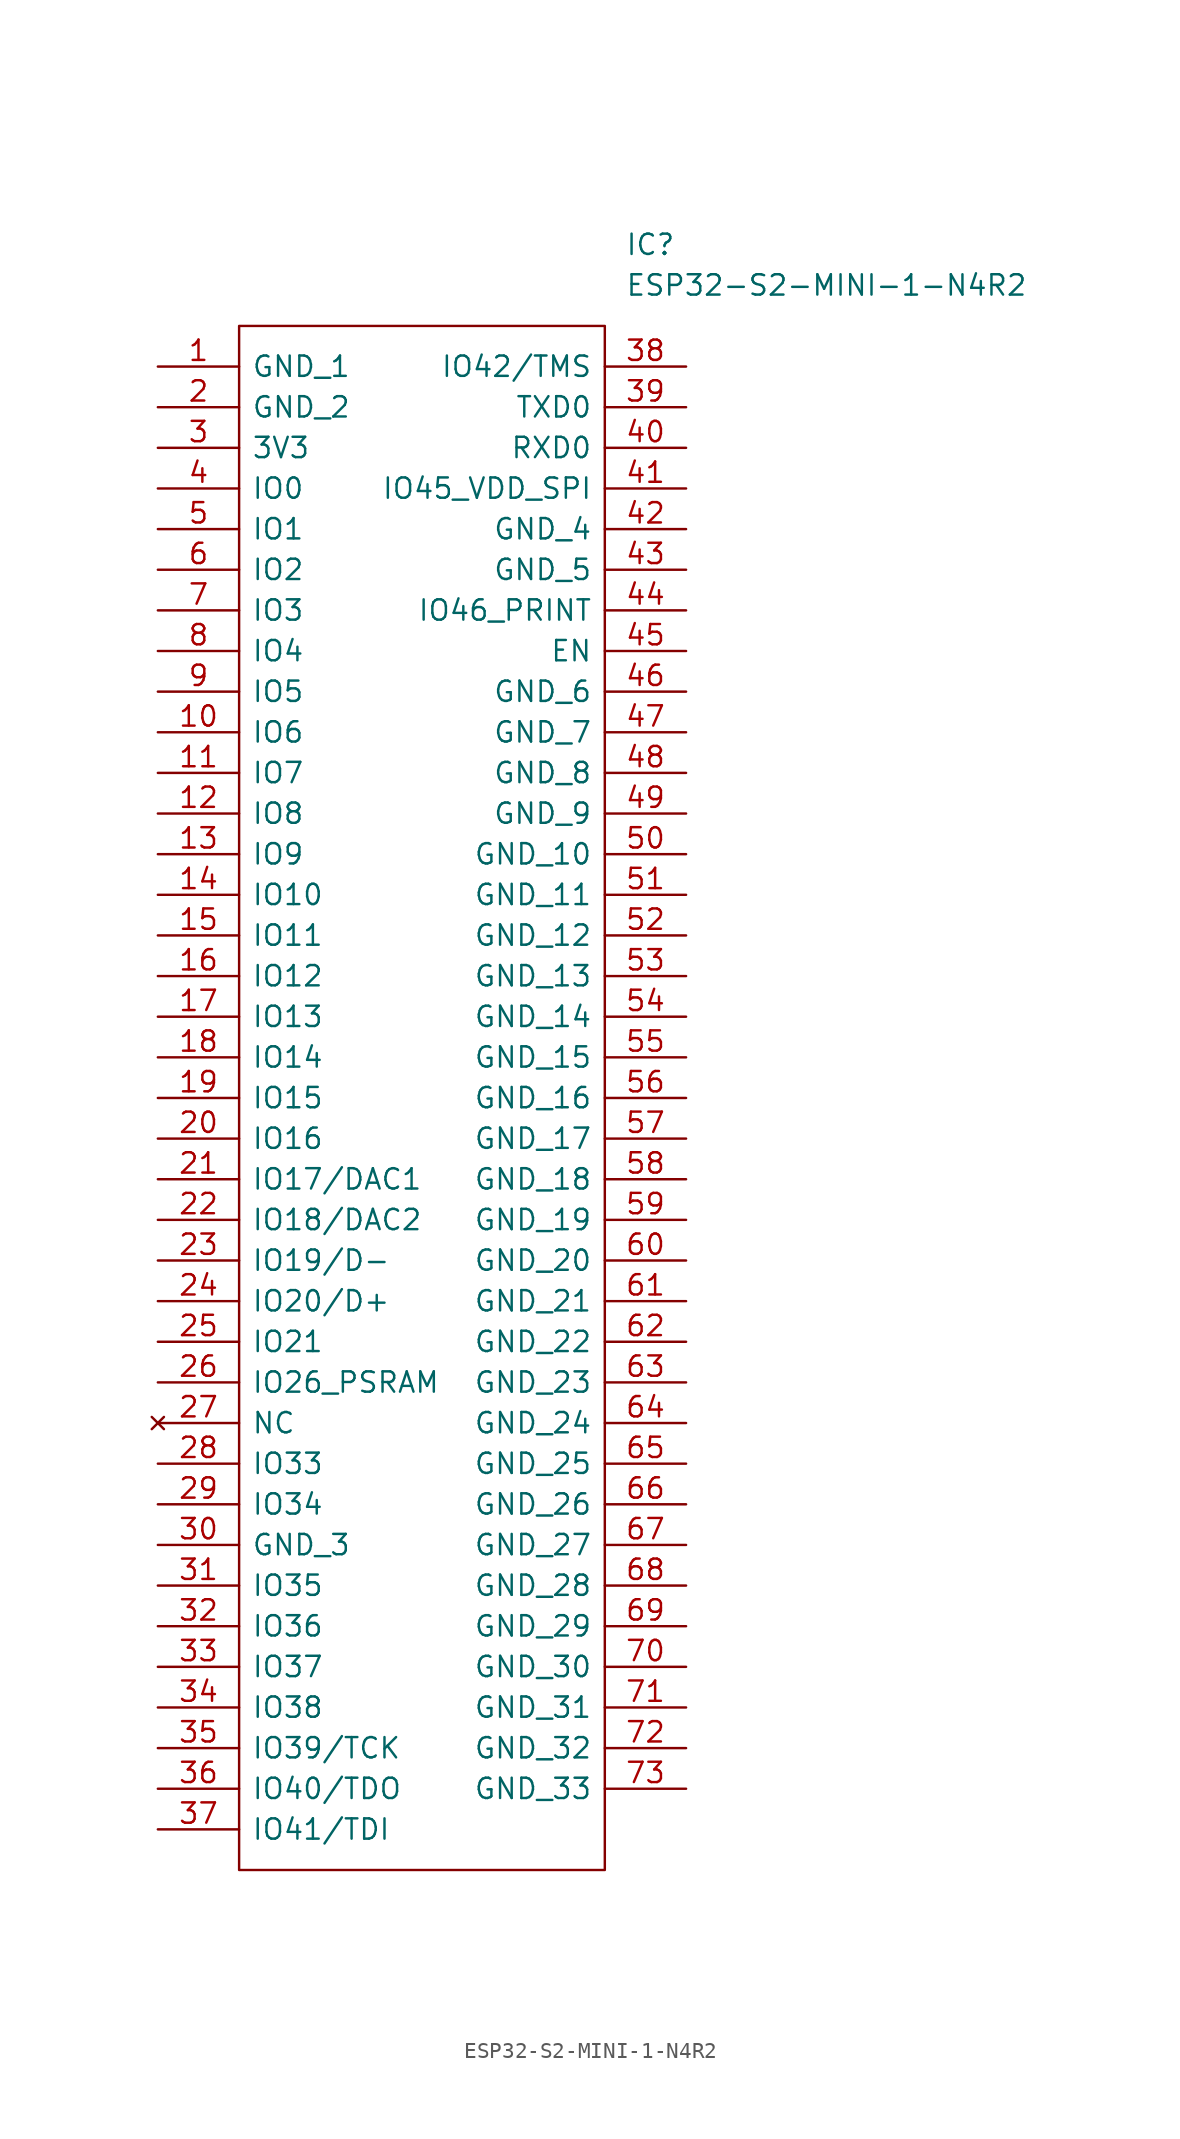
<source format=kicad_sym>
(kicad_symbol_lib
  (version 20220914)
  (generator kicad_symbol_editor)
  (symbol "ESP32-S2-MINI-1-N4R2"
    (pin_names
      (offset 0.762))
    (property "Reference" "IC"
      (at 29.21 7.62 0)
      (effects (font (size 1.27 1.27)) (justify left)))
    (property "Value" "ESP32-S2-MINI-1-N4R2"
      (at 29.21 5.08 0)
      (effects (font (size 1.27 1.27)) (justify left)))
    (symbol "ESP32-S2-MINI-1-N4R2_0_0"
      (pin passive line (at 0 0 0) (length 5.08) (name "GND_1" (effects (font (size 1.27 1.27)))) (number "1" (effects (font (size 1.27 1.27)))))
      (pin passive line (at 0 -22.86 0) (length 5.08) (name "IO6" (effects (font (size 1.27 1.27)))) (number "10" (effects (font (size 1.27 1.27)))))
      (pin passive line (at 0 -25.4 0) (length 5.08) (name "IO7" (effects (font (size 1.27 1.27)))) (number "11" (effects (font (size 1.27 1.27)))))
      (pin passive line (at 0 -27.94 0) (length 5.08) (name "IO8" (effects (font (size 1.27 1.27)))) (number "12" (effects (font (size 1.27 1.27)))))
      (pin passive line (at 0 -30.48 0) (length 5.08) (name "IO9" (effects (font (size 1.27 1.27)))) (number "13" (effects (font (size 1.27 1.27)))))
      (pin passive line (at 0 -33.02 0) (length 5.08) (name "IO10" (effects (font (size 1.27 1.27)))) (number "14" (effects (font (size 1.27 1.27)))))
      (pin passive line (at 0 -35.56 0) (length 5.08) (name "IO11" (effects (font (size 1.27 1.27)))) (number "15" (effects (font (size 1.27 1.27)))))
      (pin passive line (at 0 -38.1 0) (length 5.08) (name "IO12" (effects (font (size 1.27 1.27)))) (number "16" (effects (font (size 1.27 1.27)))))
      (pin passive line (at 0 -40.64 0) (length 5.08) (name "IO13" (effects (font (size 1.27 1.27)))) (number "17" (effects (font (size 1.27 1.27)))))
      (pin passive line (at 0 -43.18 0) (length 5.08) (name "IO14" (effects (font (size 1.27 1.27)))) (number "18" (effects (font (size 1.27 1.27)))))
      (pin passive line (at 0 -45.72 0) (length 5.08) (name "IO15" (effects (font (size 1.27 1.27)))) (number "19" (effects (font (size 1.27 1.27)))))
      (pin passive line (at 0 -2.54 0) (length 5.08) (name "GND_2" (effects (font (size 1.27 1.27)))) (number "2" (effects (font (size 1.27 1.27)))))
      (pin passive line (at 0 -48.26 0) (length 5.08) (name "IO16" (effects (font (size 1.27 1.27)))) (number "20" (effects (font (size 1.27 1.27)))))
      (pin passive line (at 0 -50.8 0) (length 5.08) (name "IO17/DAC1" (effects (font (size 1.27 1.27)))) (number "21" (effects (font (size 1.27 1.27)))))
      (pin passive line (at 0 -53.34 0) (length 5.08) (name "IO18/DAC2" (effects (font (size 1.27 1.27)))) (number "22" (effects (font (size 1.27 1.27)))))
      (pin passive line (at 0 -55.88 0) (length 5.08) (name "IO19/D-" (effects (font (size 1.27 1.27)))) (number "23" (effects (font (size 1.27 1.27)))))
      (pin passive line (at 0 -58.42 0) (length 5.08) (name "IO20/D+" (effects (font (size 1.27 1.27)))) (number "24" (effects (font (size 1.27 1.27)))))
      (pin passive line (at 0 -60.96 0) (length 5.08) (name "IO21" (effects (font (size 1.27 1.27)))) (number "25" (effects (font (size 1.27 1.27)))))
      (pin passive line (at 0 -63.5 0) (length 5.08) (name "IO26_PSRAM" (effects (font (size 1.27 1.27)))) (number "26" (effects (font (size 1.27 1.27)))))
      (pin no_connect line (at 0 -66.04 0) (length 5.08) (name "NC" (effects (font (size 1.27 1.27)))) (number "27" (effects (font (size 1.27 1.27)))))
      (pin passive line (at 0 -68.58 0) (length 5.08) (name "IO33" (effects (font (size 1.27 1.27)))) (number "28" (effects (font (size 1.27 1.27)))))
      (pin passive line (at 0 -71.12 0) (length 5.08) (name "IO34" (effects (font (size 1.27 1.27)))) (number "29" (effects (font (size 1.27 1.27)))))
      (pin passive line (at 0 -5.08 0) (length 5.08) (name "3V3" (effects (font (size 1.27 1.27)))) (number "3" (effects (font (size 1.27 1.27)))))
      (pin passive line (at 0 -73.66 0) (length 5.08) (name "GND_3" (effects (font (size 1.27 1.27)))) (number "30" (effects (font (size 1.27 1.27)))))
      (pin passive line (at 0 -76.2 0) (length 5.08) (name "IO35" (effects (font (size 1.27 1.27)))) (number "31" (effects (font (size 1.27 1.27)))))
      (pin passive line (at 0 -78.74 0) (length 5.08) (name "IO36" (effects (font (size 1.27 1.27)))) (number "32" (effects (font (size 1.27 1.27)))))
      (pin passive line (at 0 -81.28 0) (length 5.08) (name "IO37" (effects (font (size 1.27 1.27)))) (number "33" (effects (font (size 1.27 1.27)))))
      (pin passive line (at 0 -83.82 0) (length 5.08) (name "IO38" (effects (font (size 1.27 1.27)))) (number "34" (effects (font (size 1.27 1.27)))))
      (pin passive line (at 0 -86.36 0) (length 5.08) (name "IO39/TCK" (effects (font (size 1.27 1.27)))) (number "35" (effects (font (size 1.27 1.27)))))
      (pin passive line (at 0 -88.9 0) (length 5.08) (name "IO40/TDO" (effects (font (size 1.27 1.27)))) (number "36" (effects (font (size 1.27 1.27)))))
      (pin passive line (at 0 -91.44 0) (length 5.08) (name "IO41/TDI" (effects (font (size 1.27 1.27)))) (number "37" (effects (font (size 1.27 1.27)))))
      (pin passive line (at 33.02 0 180) (length 5.08) (name "IO42/TMS" (effects (font (size 1.27 1.27)))) (number "38" (effects (font (size 1.27 1.27)))))
      (pin passive line (at 33.02 -2.54 180) (length 5.08) (name "TXD0" (effects (font (size 1.27 1.27)))) (number "39" (effects (font (size 1.27 1.27)))))
      (pin passive line (at 0 -7.62 0) (length 5.08) (name "IO0" (effects (font (size 1.27 1.27)))) (number "4" (effects (font (size 1.27 1.27)))))
      (pin passive line (at 33.02 -5.08 180) (length 5.08) (name "RXD0" (effects (font (size 1.27 1.27)))) (number "40" (effects (font (size 1.27 1.27)))))
      (pin passive line (at 33.02 -7.62 180) (length 5.08) (name "IO45_VDD_SPI" (effects (font (size 1.27 1.27)))) (number "41" (effects (font (size 1.27 1.27)))))
      (pin passive line (at 33.02 -10.16 180) (length 5.08) (name "GND_4" (effects (font (size 1.27 1.27)))) (number "42" (effects (font (size 1.27 1.27)))))
      (pin passive line (at 33.02 -12.7 180) (length 5.08) (name "GND_5" (effects (font (size 1.27 1.27)))) (number "43" (effects (font (size 1.27 1.27)))))
      (pin passive line (at 33.02 -15.24 180) (length 5.08) (name "IO46_PRINT" (effects (font (size 1.27 1.27)))) (number "44" (effects (font (size 1.27 1.27)))))
      (pin passive line (at 33.02 -17.78 180) (length 5.08) (name "EN" (effects (font (size 1.27 1.27)))) (number "45" (effects (font (size 1.27 1.27)))))
      (pin passive line (at 33.02 -20.32 180) (length 5.08) (name "GND_6" (effects (font (size 1.27 1.27)))) (number "46" (effects (font (size 1.27 1.27)))))
      (pin passive line (at 33.02 -22.86 180) (length 5.08) (name "GND_7" (effects (font (size 1.27 1.27)))) (number "47" (effects (font (size 1.27 1.27)))))
      (pin passive line (at 33.02 -25.4 180) (length 5.08) (name "GND_8" (effects (font (size 1.27 1.27)))) (number "48" (effects (font (size 1.27 1.27)))))
      (pin passive line (at 33.02 -27.94 180) (length 5.08) (name "GND_9" (effects (font (size 1.27 1.27)))) (number "49" (effects (font (size 1.27 1.27)))))
      (pin passive line (at 0 -10.16 0) (length 5.08) (name "IO1" (effects (font (size 1.27 1.27)))) (number "5" (effects (font (size 1.27 1.27)))))
      (pin passive line (at 33.02 -30.48 180) (length 5.08) (name "GND_10" (effects (font (size 1.27 1.27)))) (number "50" (effects (font (size 1.27 1.27)))))
      (pin passive line (at 33.02 -33.02 180) (length 5.08) (name "GND_11" (effects (font (size 1.27 1.27)))) (number "51" (effects (font (size 1.27 1.27)))))
      (pin passive line (at 33.02 -35.56 180) (length 5.08) (name "GND_12" (effects (font (size 1.27 1.27)))) (number "52" (effects (font (size 1.27 1.27)))))
      (pin passive line (at 33.02 -38.1 180) (length 5.08) (name "GND_13" (effects (font (size 1.27 1.27)))) (number "53" (effects (font (size 1.27 1.27)))))
      (pin passive line (at 33.02 -40.64 180) (length 5.08) (name "GND_14" (effects (font (size 1.27 1.27)))) (number "54" (effects (font (size 1.27 1.27)))))
      (pin passive line (at 33.02 -43.18 180) (length 5.08) (name "GND_15" (effects (font (size 1.27 1.27)))) (number "55" (effects (font (size 1.27 1.27)))))
      (pin passive line (at 33.02 -45.72 180) (length 5.08) (name "GND_16" (effects (font (size 1.27 1.27)))) (number "56" (effects (font (size 1.27 1.27)))))
      (pin passive line (at 33.02 -48.26 180) (length 5.08) (name "GND_17" (effects (font (size 1.27 1.27)))) (number "57" (effects (font (size 1.27 1.27)))))
      (pin passive line (at 33.02 -50.8 180) (length 5.08) (name "GND_18" (effects (font (size 1.27 1.27)))) (number "58" (effects (font (size 1.27 1.27)))))
      (pin passive line (at 33.02 -53.34 180) (length 5.08) (name "GND_19" (effects (font (size 1.27 1.27)))) (number "59" (effects (font (size 1.27 1.27)))))
      (pin passive line (at 0 -12.7 0) (length 5.08) (name "IO2" (effects (font (size 1.27 1.27)))) (number "6" (effects (font (size 1.27 1.27)))))
      (pin passive line (at 33.02 -55.88 180) (length 5.08) (name "GND_20" (effects (font (size 1.27 1.27)))) (number "60" (effects (font (size 1.27 1.27)))))
      (pin passive line (at 33.02 -58.42 180) (length 5.08) (name "GND_21" (effects (font (size 1.27 1.27)))) (number "61" (effects (font (size 1.27 1.27)))))
      (pin passive line (at 33.02 -60.96 180) (length 5.08) (name "GND_22" (effects (font (size 1.27 1.27)))) (number "62" (effects (font (size 1.27 1.27)))))
      (pin passive line (at 33.02 -63.5 180) (length 5.08) (name "GND_23" (effects (font (size 1.27 1.27)))) (number "63" (effects (font (size 1.27 1.27)))))
      (pin passive line (at 33.02 -66.04 180) (length 5.08) (name "GND_24" (effects (font (size 1.27 1.27)))) (number "64" (effects (font (size 1.27 1.27)))))
      (pin passive line (at 33.02 -68.58 180) (length 5.08) (name "GND_25" (effects (font (size 1.27 1.27)))) (number "65" (effects (font (size 1.27 1.27)))))
      (pin passive line (at 33.02 -71.12 180) (length 5.08) (name "GND_26" (effects (font (size 1.27 1.27)))) (number "66" (effects (font (size 1.27 1.27)))))
      (pin passive line (at 33.02 -73.66 180) (length 5.08) (name "GND_27" (effects (font (size 1.27 1.27)))) (number "67" (effects (font (size 1.27 1.27)))))
      (pin passive line (at 33.02 -76.2 180) (length 5.08) (name "GND_28" (effects (font (size 1.27 1.27)))) (number "68" (effects (font (size 1.27 1.27)))))
      (pin passive line (at 33.02 -78.74 180) (length 5.08) (name "GND_29" (effects (font (size 1.27 1.27)))) (number "69" (effects (font (size 1.27 1.27)))))
      (pin passive line (at 0 -15.24 0) (length 5.08) (name "IO3" (effects (font (size 1.27 1.27)))) (number "7" (effects (font (size 1.27 1.27)))))
      (pin passive line (at 33.02 -81.28 180) (length 5.08) (name "GND_30" (effects (font (size 1.27 1.27)))) (number "70" (effects (font (size 1.27 1.27)))))
      (pin passive line (at 33.02 -83.82 180) (length 5.08) (name "GND_31" (effects (font (size 1.27 1.27)))) (number "71" (effects (font (size 1.27 1.27)))))
      (pin passive line (at 33.02 -86.36 180) (length 5.08) (name "GND_32" (effects (font (size 1.27 1.27)))) (number "72" (effects (font (size 1.27 1.27)))))
      (pin passive line (at 33.02 -88.9 180) (length 5.08) (name "GND_33" (effects (font (size 1.27 1.27)))) (number "73" (effects (font (size 1.27 1.27)))))
      (pin passive line (at 0 -17.78 0) (length 5.08) (name "IO4" (effects (font (size 1.27 1.27)))) (number "8" (effects (font (size 1.27 1.27)))))
      (pin passive line (at 0 -20.32 0) (length 5.08) (name "IO5" (effects (font (size 1.27 1.27)))) (number "9" (effects (font (size 1.27 1.27))))))
    (symbol "ESP32-S2-MINI-1-N4R2_0_1"
      (polyline (pts (xy 5.08 2.54) (xy 27.94 2.54) (xy 27.94 -93.98) (xy 5.08 -93.98) (xy 5.08 2.54)) (stroke (width 0.152) (type default)) (fill (type none))))))
</source>
